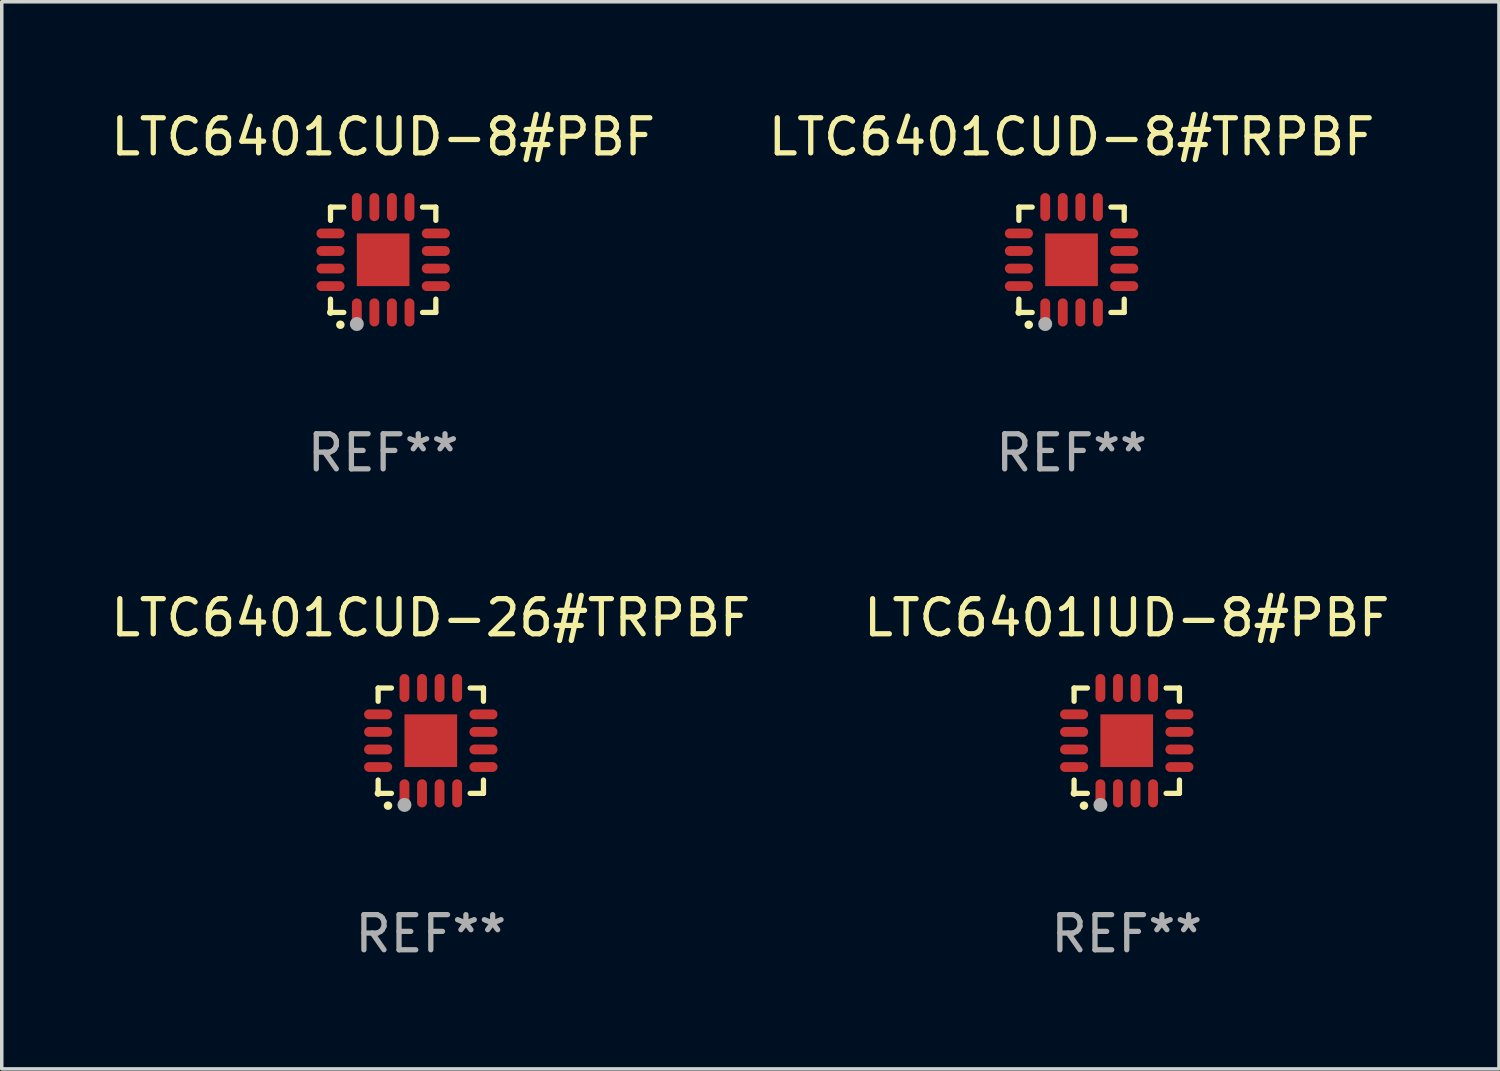
<source format=kicad_pcb>
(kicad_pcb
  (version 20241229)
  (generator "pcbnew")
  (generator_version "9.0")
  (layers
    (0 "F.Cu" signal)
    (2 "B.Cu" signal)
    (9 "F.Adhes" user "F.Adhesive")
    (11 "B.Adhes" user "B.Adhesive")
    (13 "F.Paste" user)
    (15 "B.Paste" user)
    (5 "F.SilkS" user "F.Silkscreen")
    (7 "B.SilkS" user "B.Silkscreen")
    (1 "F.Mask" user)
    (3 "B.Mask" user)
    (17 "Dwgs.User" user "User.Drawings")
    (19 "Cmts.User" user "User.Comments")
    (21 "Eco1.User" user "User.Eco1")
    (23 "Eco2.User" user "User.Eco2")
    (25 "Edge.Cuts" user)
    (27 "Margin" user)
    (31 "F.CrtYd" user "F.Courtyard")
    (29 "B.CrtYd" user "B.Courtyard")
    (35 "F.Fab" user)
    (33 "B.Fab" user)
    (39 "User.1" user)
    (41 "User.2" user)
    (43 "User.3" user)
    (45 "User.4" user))
  (footprint "LTC6401CUD-26#TRPBF"
    (layer "F.Cu")
    (at 9.22 18.046)
    (property "Reference" "LTC6401CUD-26#TRPBF" (at 0 -3.5 0) (layer "F.SilkS") (effects (font (size 1 1) (thickness 0.15))))
    (attr through_hole)
    (fp_line (start -1.5 -1.5) (end -1.121 -1.5) (stroke (width 0.15) (type solid)) (layer "F.SilkS"))
    (fp_line (start -1.5 -1.122) (end -1.5 -1.5) (stroke (width 0.15) (type solid)) (layer "F.SilkS"))
    (fp_line (start -1.5 1.5) (end -1.5 1.121) (stroke (width 0.15) (type solid)) (layer "F.SilkS"))
    (fp_line (start -1.121 1.5) (end -1.5 1.5) (stroke (width 0.15) (type solid)) (layer "F.SilkS"))
    (fp_line (start 1.121 -1.5) (end 1.5 -1.5) (stroke (width 0.15) (type solid)) (layer "F.SilkS"))
    (fp_line (start 1.5 -1.5) (end 1.5 -1.122) (stroke (width 0.15) (type solid)) (layer "F.SilkS"))
    (fp_line (start 1.5 1.121) (end 1.5 1.5) (stroke (width 0.15) (type solid)) (layer "F.SilkS"))
    (fp_line (start 1.5 1.5) (end 1.121 1.5) (stroke (width 0.15) (type solid)) (layer "F.SilkS"))
    (fp_arc (start -1.219926 1.850254) (mid -1.21891 1.85025) (end -1.217894 1.850254) (stroke (width 0.240005) (type solid)) (layer "F.SilkS"))
    (fp_circle (center -1.5 1.5) (end -1.45 1.5) (stroke (width 0.1) (type solid)) (fill no) (layer "F.SilkS"))
    (fp_circle (center -0.75 1.83) (end -0.65 1.83) (stroke (width 0.2) (type solid)) (fill no) (layer "F.Fab"))
    (fp_text user "REF**" (at 0 5.5 0) (layer "F.Fab") (effects (font (size 1 1) (thickness 0.15))))
    (pad "1" smd oval (at -0.75 1.5) (size 0.28 0.8) (layers "F.Cu" "F.Mask" "F.Paste"))
    (pad "2" smd oval (at -0.25 1.5) (size 0.28 0.8) (layers "F.Cu" "F.Mask" "F.Paste"))
    (pad "3" smd oval (at 0.25 1.5) (size 0.28 0.8) (layers "F.Cu" "F.Mask" "F.Paste"))
    (pad "4" smd oval (at 0.75 1.5) (size 0.28 0.8) (layers "F.Cu" "F.Mask" "F.Paste"))
    (pad "5" smd oval (at 1.5 0.75) (size 0.8 0.28) (layers "F.Cu" "F.Mask" "F.Paste"))
    (pad "6" smd oval (at 1.5 0.25) (size 0.8 0.28) (layers "F.Cu" "F.Mask" "F.Paste"))
    (pad "7" smd oval (at 1.5 -0.25) (size 0.8 0.28) (layers "F.Cu" "F.Mask" "F.Paste"))
    (pad "8" smd oval (at 1.5 -0.75) (size 0.8 0.28) (layers "F.Cu" "F.Mask" "F.Paste"))
    (pad "9" smd oval (at 0.75 -1.5) (size 0.28 0.8) (layers "F.Cu" "F.Mask" "F.Paste"))
    (pad "10" smd oval (at 0.25 -1.5) (size 0.28 0.8) (layers "F.Cu" "F.Mask" "F.Paste"))
    (pad "11" smd oval (at -0.25 -1.5) (size 0.28 0.8) (layers "F.Cu" "F.Mask" "F.Paste"))
    (pad "12" smd oval (at -0.75 -1.5) (size 0.28 0.8) (layers "F.Cu" "F.Mask" "F.Paste"))
    (pad "13" smd oval (at -1.5 -0.75) (size 0.8 0.28) (layers "F.Cu" "F.Mask" "F.Paste"))
    (pad "14" smd oval (at -1.5 -0.25) (size 0.8 0.28) (layers "F.Cu" "F.Mask" "F.Paste"))
    (pad "15" smd oval (at -1.5 0.25) (size 0.8 0.28) (layers "F.Cu" "F.Mask" "F.Paste"))
    (pad "16" smd oval (at -1.5 0.75) (size 0.8 0.28) (layers "F.Cu" "F.Mask" "F.Paste"))
    (pad "17" smd rect (at -0.000064 0.000165) (size 1.5 1.5) (layers "F.Cu" "F.Mask" "F.Paste")))
  (footprint "LTC6401IUD-8#PBF"
    (layer "F.Cu")
    (at 29.042 18.046)
    (property "Reference" "LTC6401IUD-8#PBF" (at 0 -3.5 0) (layer "F.SilkS") (effects (font (size 1 1) (thickness 0.15))))
    (attr through_hole)
    (fp_line (start -1.5 -1.5) (end -1.121 -1.5) (stroke (width 0.15) (type solid)) (layer "F.SilkS"))
    (fp_line (start -1.5 -1.122) (end -1.5 -1.5) (stroke (width 0.15) (type solid)) (layer "F.SilkS"))
    (fp_line (start -1.5 1.5) (end -1.5 1.121) (stroke (width 0.15) (type solid)) (layer "F.SilkS"))
    (fp_line (start -1.121 1.5) (end -1.5 1.5) (stroke (width 0.15) (type solid)) (layer "F.SilkS"))
    (fp_line (start 1.121 -1.5) (end 1.5 -1.5) (stroke (width 0.15) (type solid)) (layer "F.SilkS"))
    (fp_line (start 1.5 -1.5) (end 1.5 -1.122) (stroke (width 0.15) (type solid)) (layer "F.SilkS"))
    (fp_line (start 1.5 1.121) (end 1.5 1.5) (stroke (width 0.15) (type solid)) (layer "F.SilkS"))
    (fp_line (start 1.5 1.5) (end 1.121 1.5) (stroke (width 0.15) (type solid)) (layer "F.SilkS"))
    (fp_arc (start -1.219926 1.850254) (mid -1.21891 1.85025) (end -1.217894 1.850254) (stroke (width 0.240005) (type solid)) (layer "F.SilkS"))
    (fp_circle (center -1.5 1.5) (end -1.45 1.5) (stroke (width 0.1) (type solid)) (fill no) (layer "F.SilkS"))
    (fp_circle (center -0.75 1.83) (end -0.65 1.83) (stroke (width 0.2) (type solid)) (fill no) (layer "F.Fab"))
    (fp_text user "REF**" (at 0 5.5 0) (layer "F.Fab") (effects (font (size 1 1) (thickness 0.15))))
    (pad "1" smd oval (at -0.75 1.5) (size 0.28 0.8) (layers "F.Cu" "F.Mask" "F.Paste"))
    (pad "2" smd oval (at -0.25 1.5) (size 0.28 0.8) (layers "F.Cu" "F.Mask" "F.Paste"))
    (pad "3" smd oval (at 0.25 1.5) (size 0.28 0.8) (layers "F.Cu" "F.Mask" "F.Paste"))
    (pad "4" smd oval (at 0.75 1.5) (size 0.28 0.8) (layers "F.Cu" "F.Mask" "F.Paste"))
    (pad "5" smd oval (at 1.5 0.75) (size 0.8 0.28) (layers "F.Cu" "F.Mask" "F.Paste"))
    (pad "6" smd oval (at 1.5 0.25) (size 0.8 0.28) (layers "F.Cu" "F.Mask" "F.Paste"))
    (pad "7" smd oval (at 1.5 -0.25) (size 0.8 0.28) (layers "F.Cu" "F.Mask" "F.Paste"))
    (pad "8" smd oval (at 1.5 -0.75) (size 0.8 0.28) (layers "F.Cu" "F.Mask" "F.Paste"))
    (pad "9" smd oval (at 0.75 -1.5) (size 0.28 0.8) (layers "F.Cu" "F.Mask" "F.Paste"))
    (pad "10" smd oval (at 0.25 -1.5) (size 0.28 0.8) (layers "F.Cu" "F.Mask" "F.Paste"))
    (pad "11" smd oval (at -0.25 -1.5) (size 0.28 0.8) (layers "F.Cu" "F.Mask" "F.Paste"))
    (pad "12" smd oval (at -0.75 -1.5) (size 0.28 0.8) (layers "F.Cu" "F.Mask" "F.Paste"))
    (pad "13" smd oval (at -1.5 -0.75) (size 0.8 0.28) (layers "F.Cu" "F.Mask" "F.Paste"))
    (pad "14" smd oval (at -1.5 -0.25) (size 0.8 0.28) (layers "F.Cu" "F.Mask" "F.Paste"))
    (pad "15" smd oval (at -1.5 0.25) (size 0.8 0.28) (layers "F.Cu" "F.Mask" "F.Paste"))
    (pad "16" smd oval (at -1.5 0.75) (size 0.8 0.28) (layers "F.Cu" "F.Mask" "F.Paste"))
    (pad "17" smd rect (at -0.000064 0.000165) (size 1.5 1.5) (layers "F.Cu" "F.Mask" "F.Paste")))
  (footprint "LTC6401CUD-8#TRPBF"
    (layer "F.Cu")
    (at 27.47 4.349)
    (property "Reference" "LTC6401CUD-8#TRPBF" (at 0 -3.5 0) (layer "F.SilkS") (effects (font (size 1 1) (thickness 0.15))))
    (attr through_hole)
    (fp_line (start -1.5 -1.5) (end -1.121 -1.5) (stroke (width 0.15) (type solid)) (layer "F.SilkS"))
    (fp_line (start -1.5 -1.122) (end -1.5 -1.5) (stroke (width 0.15) (type solid)) (layer "F.SilkS"))
    (fp_line (start -1.5 1.5) (end -1.5 1.121) (stroke (width 0.15) (type solid)) (layer "F.SilkS"))
    (fp_line (start -1.121 1.5) (end -1.5 1.5) (stroke (width 0.15) (type solid)) (layer "F.SilkS"))
    (fp_line (start 1.121 -1.5) (end 1.5 -1.5) (stroke (width 0.15) (type solid)) (layer "F.SilkS"))
    (fp_line (start 1.5 -1.5) (end 1.5 -1.122) (stroke (width 0.15) (type solid)) (layer "F.SilkS"))
    (fp_line (start 1.5 1.121) (end 1.5 1.5) (stroke (width 0.15) (type solid)) (layer "F.SilkS"))
    (fp_line (start 1.5 1.5) (end 1.121 1.5) (stroke (width 0.15) (type solid)) (layer "F.SilkS"))
    (fp_arc (start -1.219926 1.850254) (mid -1.21891 1.85025) (end -1.217894 1.850254) (stroke (width 0.240005) (type solid)) (layer "F.SilkS"))
    (fp_circle (center -1.5 1.5) (end -1.45 1.5) (stroke (width 0.1) (type solid)) (fill no) (layer "F.SilkS"))
    (fp_circle (center -0.75 1.83) (end -0.65 1.83) (stroke (width 0.2) (type solid)) (fill no) (layer "F.Fab"))
    (fp_text user "REF**" (at 0 5.5 0) (layer "F.Fab") (effects (font (size 1 1) (thickness 0.15))))
    (pad "1" smd oval (at -0.75 1.5) (size 0.28 0.8) (layers "F.Cu" "F.Mask" "F.Paste"))
    (pad "2" smd oval (at -0.25 1.5) (size 0.28 0.8) (layers "F.Cu" "F.Mask" "F.Paste"))
    (pad "3" smd oval (at 0.25 1.5) (size 0.28 0.8) (layers "F.Cu" "F.Mask" "F.Paste"))
    (pad "4" smd oval (at 0.75 1.5) (size 0.28 0.8) (layers "F.Cu" "F.Mask" "F.Paste"))
    (pad "5" smd oval (at 1.5 0.75) (size 0.8 0.28) (layers "F.Cu" "F.Mask" "F.Paste"))
    (pad "6" smd oval (at 1.5 0.25) (size 0.8 0.28) (layers "F.Cu" "F.Mask" "F.Paste"))
    (pad "7" smd oval (at 1.5 -0.25) (size 0.8 0.28) (layers "F.Cu" "F.Mask" "F.Paste"))
    (pad "8" smd oval (at 1.5 -0.75) (size 0.8 0.28) (layers "F.Cu" "F.Mask" "F.Paste"))
    (pad "9" smd oval (at 0.75 -1.5) (size 0.28 0.8) (layers "F.Cu" "F.Mask" "F.Paste"))
    (pad "10" smd oval (at 0.25 -1.5) (size 0.28 0.8) (layers "F.Cu" "F.Mask" "F.Paste"))
    (pad "11" smd oval (at -0.25 -1.5) (size 0.28 0.8) (layers "F.Cu" "F.Mask" "F.Paste"))
    (pad "12" smd oval (at -0.75 -1.5) (size 0.28 0.8) (layers "F.Cu" "F.Mask" "F.Paste"))
    (pad "13" smd oval (at -1.5 -0.75) (size 0.8 0.28) (layers "F.Cu" "F.Mask" "F.Paste"))
    (pad "14" smd oval (at -1.5 -0.25) (size 0.8 0.28) (layers "F.Cu" "F.Mask" "F.Paste"))
    (pad "15" smd oval (at -1.5 0.25) (size 0.8 0.28) (layers "F.Cu" "F.Mask" "F.Paste"))
    (pad "16" smd oval (at -1.5 0.75) (size 0.8 0.28) (layers "F.Cu" "F.Mask" "F.Paste"))
    (pad "17" smd rect (at -0.000064 0.000165) (size 1.5 1.5) (layers "F.Cu" "F.Mask" "F.Paste")))
  (footprint "LTC6401CUD-8#PBF"
    (layer "F.Cu")
    (at 7.863 4.349)
    (property "Reference" "LTC6401CUD-8#PBF" (at 0 -3.5 0) (layer "F.SilkS") (effects (font (size 1 1) (thickness 0.15))))
    (attr through_hole)
    (fp_line (start -1.5 -1.5) (end -1.121 -1.5) (stroke (width 0.15) (type solid)) (layer "F.SilkS"))
    (fp_line (start -1.5 -1.122) (end -1.5 -1.5) (stroke (width 0.15) (type solid)) (layer "F.SilkS"))
    (fp_line (start -1.5 1.5) (end -1.5 1.121) (stroke (width 0.15) (type solid)) (layer "F.SilkS"))
    (fp_line (start -1.121 1.5) (end -1.5 1.5) (stroke (width 0.15) (type solid)) (layer "F.SilkS"))
    (fp_line (start 1.121 -1.5) (end 1.5 -1.5) (stroke (width 0.15) (type solid)) (layer "F.SilkS"))
    (fp_line (start 1.5 -1.5) (end 1.5 -1.122) (stroke (width 0.15) (type solid)) (layer "F.SilkS"))
    (fp_line (start 1.5 1.121) (end 1.5 1.5) (stroke (width 0.15) (type solid)) (layer "F.SilkS"))
    (fp_line (start 1.5 1.5) (end 1.121 1.5) (stroke (width 0.15) (type solid)) (layer "F.SilkS"))
    (fp_arc (start -1.219926 1.850254) (mid -1.21891 1.85025) (end -1.217894 1.850254) (stroke (width 0.240005) (type solid)) (layer "F.SilkS"))
    (fp_circle (center -1.5 1.5) (end -1.45 1.5) (stroke (width 0.1) (type solid)) (fill no) (layer "F.SilkS"))
    (fp_circle (center -0.75 1.83) (end -0.65 1.83) (stroke (width 0.2) (type solid)) (fill no) (layer "F.Fab"))
    (fp_text user "REF**" (at 0 5.5 0) (layer "F.Fab") (effects (font (size 1 1) (thickness 0.15))))
    (pad "1" smd oval (at -0.75 1.5) (size 0.28 0.8) (layers "F.Cu" "F.Mask" "F.Paste"))
    (pad "2" smd oval (at -0.25 1.5) (size 0.28 0.8) (layers "F.Cu" "F.Mask" "F.Paste"))
    (pad "3" smd oval (at 0.25 1.5) (size 0.28 0.8) (layers "F.Cu" "F.Mask" "F.Paste"))
    (pad "4" smd oval (at 0.75 1.5) (size 0.28 0.8) (layers "F.Cu" "F.Mask" "F.Paste"))
    (pad "5" smd oval (at 1.5 0.75) (size 0.8 0.28) (layers "F.Cu" "F.Mask" "F.Paste"))
    (pad "6" smd oval (at 1.5 0.25) (size 0.8 0.28) (layers "F.Cu" "F.Mask" "F.Paste"))
    (pad "7" smd oval (at 1.5 -0.25) (size 0.8 0.28) (layers "F.Cu" "F.Mask" "F.Paste"))
    (pad "8" smd oval (at 1.5 -0.75) (size 0.8 0.28) (layers "F.Cu" "F.Mask" "F.Paste"))
    (pad "9" smd oval (at 0.75 -1.5) (size 0.28 0.8) (layers "F.Cu" "F.Mask" "F.Paste"))
    (pad "10" smd oval (at 0.25 -1.5) (size 0.28 0.8) (layers "F.Cu" "F.Mask" "F.Paste"))
    (pad "11" smd oval (at -0.25 -1.5) (size 0.28 0.8) (layers "F.Cu" "F.Mask" "F.Paste"))
    (pad "12" smd oval (at -0.75 -1.5) (size 0.28 0.8) (layers "F.Cu" "F.Mask" "F.Paste"))
    (pad "13" smd oval (at -1.5 -0.75) (size 0.8 0.28) (layers "F.Cu" "F.Mask" "F.Paste"))
    (pad "14" smd oval (at -1.5 -0.25) (size 0.8 0.28) (layers "F.Cu" "F.Mask" "F.Paste"))
    (pad "15" smd oval (at -1.5 0.25) (size 0.8 0.28) (layers "F.Cu" "F.Mask" "F.Paste"))
    (pad "16" smd oval (at -1.5 0.75) (size 0.8 0.28) (layers "F.Cu" "F.Mask" "F.Paste"))
    (pad "17" smd rect (at -0.000064 0.000165) (size 1.5 1.5) (layers "F.Cu" "F.Mask" "F.Paste")))
  (gr_rect
    (start -3 -3)
    (end 39.643 27.394)
    (stroke (width 0.1) (type default))
    (fill no)
    (layer "Edge.Cuts")))
</source>
